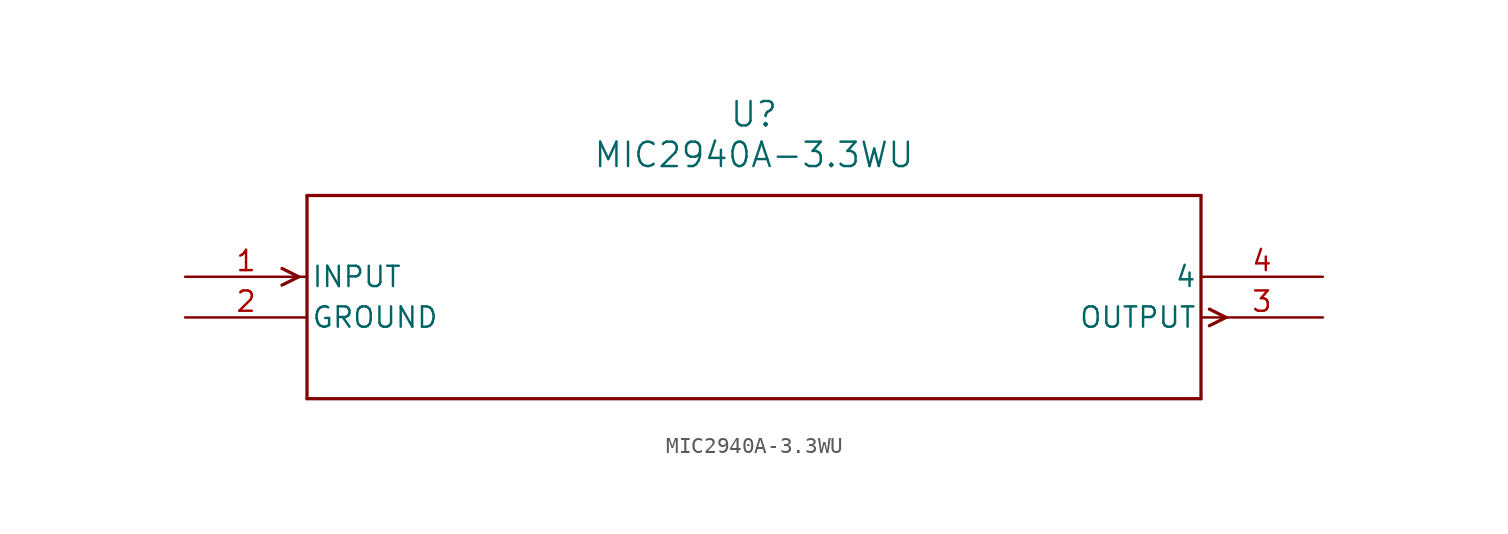
<source format=kicad_sym>
(kicad_symbol_lib
  (version 20211014)
  (generator kicad_symbol_editor)
  (symbol "MIC2940A-3.3WU"
    (pin_names
      (offset 0.254))
    (property "Reference" "U"
      (at 35.56 10.16 0)
      (effects (font (size 1.524 1.524))))
    (property "Value" "MIC2940A-3.3WU"
      (at 35.56 7.62 0)
      (effects (font (size 1.524 1.524))))
    (symbol "MIC2940A-3.3WU_0_1"
      (polyline (pts (xy 7.099 0) (xy 6.058 0.521)) (stroke (width 0.203) (type default) (color 0 0 0 0)) (fill (type none)))
      (polyline (pts (xy 7.099 0) (xy 6.058 -0.521)) (stroke (width 0.203) (type default) (color 0 0 0 0)) (fill (type none)))
      (polyline (pts (xy 64.021 -2.019) (xy 65.062 -2.54)) (stroke (width 0.203) (type default) (color 0 0 0 0)) (fill (type none)))
      (polyline (pts (xy 64.021 -3.061) (xy 65.062 -2.54)) (stroke (width 0.203) (type default) (color 0 0 0 0)) (fill (type none)))
      (polyline (pts (xy 7.62 5.08) (xy 7.62 -7.62)) (stroke (width 0.203) (type default) (color 0 0 0 0)) (fill (type none)))
      (polyline (pts (xy 7.62 -7.62) (xy 63.5 -7.62)) (stroke (width 0.203) (type default) (color 0 0 0 0)) (fill (type none)))
      (polyline (pts (xy 63.5 -7.62) (xy 63.5 5.08)) (stroke (width 0.203) (type default) (color 0 0 0 0)) (fill (type none)))
      (polyline (pts (xy 63.5 5.08) (xy 7.62 5.08)) (stroke (width 0.203) (type default) (color 0 0 0 0)) (fill (type none)))
      (pin input line (at 0 0 0) (length 7.62) (name "INPUT" (effects (font (size 1.27 1.27)))) (number "1" (effects (font (size 1.27 1.27)))))
      (pin power_in line (at 0 -2.54 0) (length 7.62) (name "GROUND" (effects (font (size 1.27 1.27)))) (number "2" (effects (font (size 1.27 1.27)))))
      (pin output line (at 71.12 -2.54 180) (length 7.62) (name "OUTPUT" (effects (font (size 1.27 1.27)))) (number "3" (effects (font (size 1.27 1.27)))))
      (pin unspecified line (at 71.12 0 180) (length 7.62) (name "4" (effects (font (size 1.27 1.27)))) (number "4" (effects (font (size 1.27 1.27))))))))
</source>
